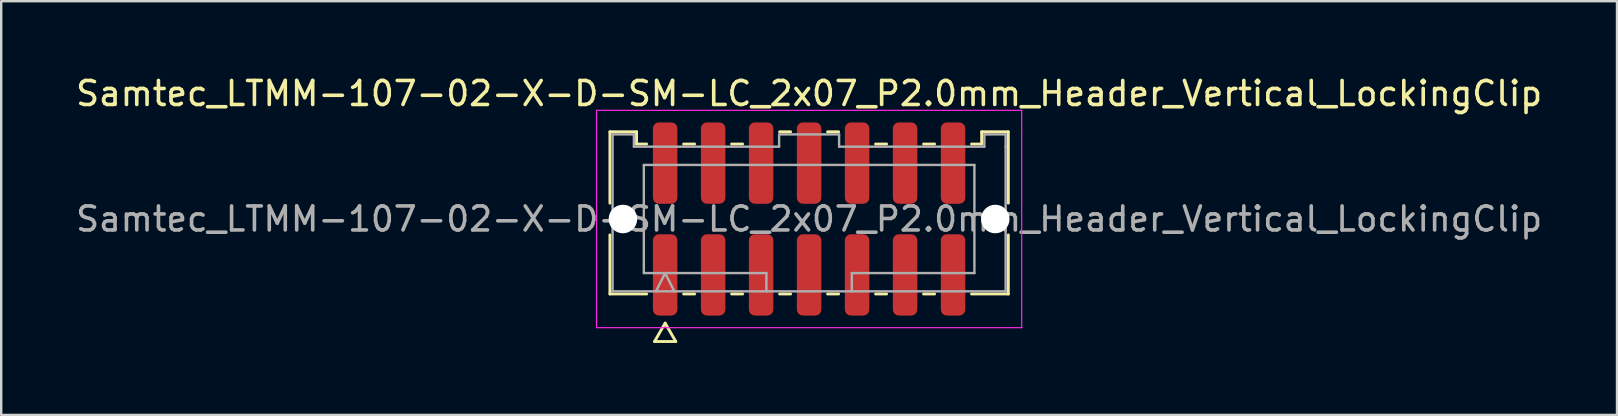
<source format=kicad_pcb>
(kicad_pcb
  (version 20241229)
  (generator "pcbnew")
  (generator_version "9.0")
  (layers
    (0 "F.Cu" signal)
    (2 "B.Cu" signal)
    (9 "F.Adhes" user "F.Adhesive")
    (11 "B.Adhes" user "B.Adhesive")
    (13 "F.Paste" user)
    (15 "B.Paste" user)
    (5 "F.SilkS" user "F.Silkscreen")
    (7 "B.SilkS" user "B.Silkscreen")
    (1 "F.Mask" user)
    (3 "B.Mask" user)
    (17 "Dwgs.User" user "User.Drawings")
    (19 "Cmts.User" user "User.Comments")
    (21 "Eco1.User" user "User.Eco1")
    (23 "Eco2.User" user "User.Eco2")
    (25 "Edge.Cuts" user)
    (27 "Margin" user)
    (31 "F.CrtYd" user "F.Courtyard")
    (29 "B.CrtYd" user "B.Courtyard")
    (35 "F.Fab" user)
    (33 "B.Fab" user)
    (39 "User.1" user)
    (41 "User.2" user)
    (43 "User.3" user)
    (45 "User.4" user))
  (footprint "Samtec_LTMM-107-02-X-D-SM-LC_2x07_P2.0mm_Header_Vertical_LockingClip"
    (layer "F.Cu")
    (at 30.673 6.078)
    (property "Reference" "Samtec_LTMM-107-02-X-D-SM-LC_2x07_P2.0mm_Header_Vertical_LockingClip" (at 0 -5.23 0) (layer "F.SilkS") (effects (font (size 1 1) (thickness 0.15))))
    (attr smd)
    (fp_line (start -8.302 -3.635) (end -7.192 -3.635) (stroke (width 0.12) (type solid)) (layer "F.SilkS"))
    (fp_line (start -8.302 -0.662) (end -8.302 -3.635) (stroke (width 0.12) (type solid)) (layer "F.SilkS"))
    (fp_line (start -8.302 3.125) (end -8.302 0.662) (stroke (width 0.12) (type solid)) (layer "F.SilkS"))
    (fp_line (start -7.192 -3.635) (end -7.192 -3.125) (stroke (width 0.12) (type solid)) (layer "F.SilkS"))
    (fp_line (start -7.192 -3.125) (end -6.77 -3.125) (stroke (width 0.12) (type solid)) (layer "F.SilkS"))
    (fp_line (start -6.77 3.125) (end -8.302 3.125) (stroke (width 0.12) (type solid)) (layer "F.SilkS"))
    (fp_line (start -6.442 5.105) (end -6 4.34) (stroke (width 0.12) (type solid)) (layer "F.SilkS"))
    (fp_line (start -6 4.34) (end -5.558 5.105) (stroke (width 0.12) (type solid)) (layer "F.SilkS"))
    (fp_line (start -5.558 5.105) (end -6.442 5.105) (stroke (width 0.12) (type solid)) (layer "F.SilkS"))
    (fp_line (start -5.23 -3.125) (end -4.77 -3.125) (stroke (width 0.12) (type solid)) (layer "F.SilkS"))
    (fp_line (start -4.77 3.125) (end -5.23 3.125) (stroke (width 0.12) (type solid)) (layer "F.SilkS"))
    (fp_line (start -3.23 -3.125) (end -2.77 -3.125) (stroke (width 0.12) (type solid)) (layer "F.SilkS"))
    (fp_line (start -2.77 3.125) (end -3.23 3.125) (stroke (width 0.12) (type solid)) (layer "F.SilkS"))
    (fp_line (start -1.23 -3.635) (end -0.77 -3.635) (stroke (width 0.12) (type solid)) (layer "F.SilkS"))
    (fp_line (start -0.77 3.125) (end -1.23 3.125) (stroke (width 0.12) (type solid)) (layer "F.SilkS"))
    (fp_line (start 0.77 -3.635) (end 1.23 -3.635) (stroke (width 0.12) (type solid)) (layer "F.SilkS"))
    (fp_line (start 1.23 3.125) (end 0.77 3.125) (stroke (width 0.12) (type solid)) (layer "F.SilkS"))
    (fp_line (start 2.77 -3.125) (end 3.23 -3.125) (stroke (width 0.12) (type solid)) (layer "F.SilkS"))
    (fp_line (start 3.23 3.125) (end 2.77 3.125) (stroke (width 0.12) (type solid)) (layer "F.SilkS"))
    (fp_line (start 4.77 -3.125) (end 5.23 -3.125) (stroke (width 0.12) (type solid)) (layer "F.SilkS"))
    (fp_line (start 5.23 3.125) (end 4.77 3.125) (stroke (width 0.12) (type solid)) (layer "F.SilkS"))
    (fp_line (start 6.77 -3.125) (end 7.192 -3.125) (stroke (width 0.12) (type solid)) (layer "F.SilkS"))
    (fp_line (start 7.192 -3.635) (end 8.302 -3.635) (stroke (width 0.12) (type solid)) (layer "F.SilkS"))
    (fp_line (start 7.192 -3.125) (end 7.192 -3.635) (stroke (width 0.12) (type solid)) (layer "F.SilkS"))
    (fp_line (start 8.302 -3.635) (end 8.302 -0.662) (stroke (width 0.12) (type solid)) (layer "F.SilkS"))
    (fp_line (start 8.302 0.662) (end 8.302 3.125) (stroke (width 0.12) (type solid)) (layer "F.SilkS"))
    (fp_line (start 8.302 3.125) (end 6.77 3.125) (stroke (width 0.12) (type solid)) (layer "F.SilkS"))
    (fp_line (start -8.86 -4.53) (end -8.86 4.53) (stroke (width 0.05) (type solid)) (layer "F.CrtYd"))
    (fp_line (start -8.86 4.53) (end 8.86 4.53) (stroke (width 0.05) (type solid)) (layer "F.CrtYd"))
    (fp_line (start 8.86 -4.53) (end -8.86 -4.53) (stroke (width 0.05) (type solid)) (layer "F.CrtYd"))
    (fp_line (start 8.86 4.53) (end 8.86 -4.53) (stroke (width 0.05) (type solid)) (layer "F.CrtYd"))
    (fp_line (start -8.191 -3.525) (end -7.303 -3.525) (stroke (width 0.1) (type solid)) (layer "F.Fab"))
    (fp_line (start -8.191 3.015) (end -8.191 -3.525) (stroke (width 0.1) (type solid)) (layer "F.Fab"))
    (fp_line (start -7.303 -3.525) (end -7.303 -3.015) (stroke (width 0.1) (type solid)) (layer "F.Fab"))
    (fp_line (start -7.303 -3.015) (end -1.25 -3.015) (stroke (width 0.1) (type solid)) (layer "F.Fab"))
    (fp_line (start -6.889 -2.253) (end 6.889 -2.253) (stroke (width 0.1) (type solid)) (layer "F.Fab"))
    (fp_line (start -6.889 2.253) (end -6.889 -2.253) (stroke (width 0.1) (type solid)) (layer "F.Fab"))
    (fp_line (start -6.381 3.015) (end -6 2.253) (stroke (width 0.1) (type solid)) (layer "F.Fab"))
    (fp_line (start -6 2.253) (end -5.619 3.015) (stroke (width 0.1) (type solid)) (layer "F.Fab"))
    (fp_line (start -1.78 2.253) (end -6.889 2.253) (stroke (width 0.1) (type solid)) (layer "F.Fab"))
    (fp_line (start -1.78 3.015) (end -1.78 2.253) (stroke (width 0.1) (type solid)) (layer "F.Fab"))
    (fp_line (start -1.25 -3.525) (end 1.25 -3.525) (stroke (width 0.1) (type solid)) (layer "F.Fab"))
    (fp_line (start -1.25 -3.015) (end -1.25 -3.525) (stroke (width 0.1) (type solid)) (layer "F.Fab"))
    (fp_line (start 1.25 -3.525) (end 1.25 -3.015) (stroke (width 0.1) (type solid)) (layer "F.Fab"))
    (fp_line (start 1.25 -3.015) (end 7.303 -3.015) (stroke (width 0.1) (type solid)) (layer "F.Fab"))
    (fp_line (start 1.78 2.253) (end 1.78 3.015) (stroke (width 0.1) (type solid)) (layer "F.Fab"))
    (fp_line (start 6.889 -2.253) (end 6.889 2.253) (stroke (width 0.1) (type solid)) (layer "F.Fab"))
    (fp_line (start 6.889 2.253) (end 1.78 2.253) (stroke (width 0.1) (type solid)) (layer "F.Fab"))
    (fp_line (start 7.303 -3.525) (end 8.191 -3.525) (stroke (width 0.1) (type solid)) (layer "F.Fab"))
    (fp_line (start 7.303 -3.015) (end 7.303 -3.525) (stroke (width 0.1) (type solid)) (layer "F.Fab"))
    (fp_line (start 8.191 -3.525) (end 8.191 -3.015) (stroke (width 0.1) (type solid)) (layer "F.Fab"))
    (fp_line (start 8.191 -3.015) (end 8.191 3.015) (stroke (width 0.1) (type solid)) (layer "F.Fab"))
    (fp_line (start 8.191 3.015) (end -8.191 3.015) (stroke (width 0.1) (type solid)) (layer "F.Fab"))
    (fp_text user "${REFERENCE}" (at 0 0 0) (layer "F.Fab") (effects (font (size 1 1) (thickness 0.15))))
    (pad "" np_thru_hole circle (at -7.76 0) (size 1.19 1.19) (drill 1.19) (layers "*.Cu" "*.Mask"))
    (pad "" np_thru_hole circle (at 7.76 0) (size 1.19 1.19) (drill 1.19) (layers "*.Cu" "*.Mask"))
    (pad "1" smd roundrect (at -6 2.33) (size 1.02 3.39) (layers "F.Cu" "F.Mask" "F.Paste") (roundrect_rratio 0.245))
    (pad "2" smd roundrect (at -6 -2.33) (size 1.02 3.39) (layers "F.Cu" "F.Mask" "F.Paste") (roundrect_rratio 0.245))
    (pad "3" smd roundrect (at -4 2.33) (size 1.02 3.39) (layers "F.Cu" "F.Mask" "F.Paste") (roundrect_rratio 0.245))
    (pad "4" smd roundrect (at -4 -2.33) (size 1.02 3.39) (layers "F.Cu" "F.Mask" "F.Paste") (roundrect_rratio 0.245))
    (pad "5" smd roundrect (at -2 2.33) (size 1.02 3.39) (layers "F.Cu" "F.Mask" "F.Paste") (roundrect_rratio 0.245))
    (pad "6" smd roundrect (at -2 -2.33) (size 1.02 3.39) (layers "F.Cu" "F.Mask" "F.Paste") (roundrect_rratio 0.245))
    (pad "7" smd roundrect (at 0 2.33) (size 1.02 3.39) (layers "F.Cu" "F.Mask" "F.Paste") (roundrect_rratio 0.245))
    (pad "8" smd roundrect (at 0 -2.33) (size 1.02 3.39) (layers "F.Cu" "F.Mask" "F.Paste") (roundrect_rratio 0.245))
    (pad "9" smd roundrect (at 2 2.33) (size 1.02 3.39) (layers "F.Cu" "F.Mask" "F.Paste") (roundrect_rratio 0.245))
    (pad "10" smd roundrect (at 2 -2.33) (size 1.02 3.39) (layers "F.Cu" "F.Mask" "F.Paste") (roundrect_rratio 0.245))
    (pad "11" smd roundrect (at 4 2.33) (size 1.02 3.39) (layers "F.Cu" "F.Mask" "F.Paste") (roundrect_rratio 0.245))
    (pad "12" smd roundrect (at 4 -2.33) (size 1.02 3.39) (layers "F.Cu" "F.Mask" "F.Paste") (roundrect_rratio 0.245))
    (pad "13" smd roundrect (at 6 2.33) (size 1.02 3.39) (layers "F.Cu" "F.Mask" "F.Paste") (roundrect_rratio 0.245))
    (pad "14" smd roundrect (at 6 -2.33) (size 1.02 3.39) (layers "F.Cu" "F.Mask" "F.Paste") (roundrect_rratio 0.245)))
  (gr_rect
    (start -3 -3)
    (end 64.345 14.243)
    (stroke (width 0.1) (type default))
    (fill no)
    (layer "Edge.Cuts")))
</source>
